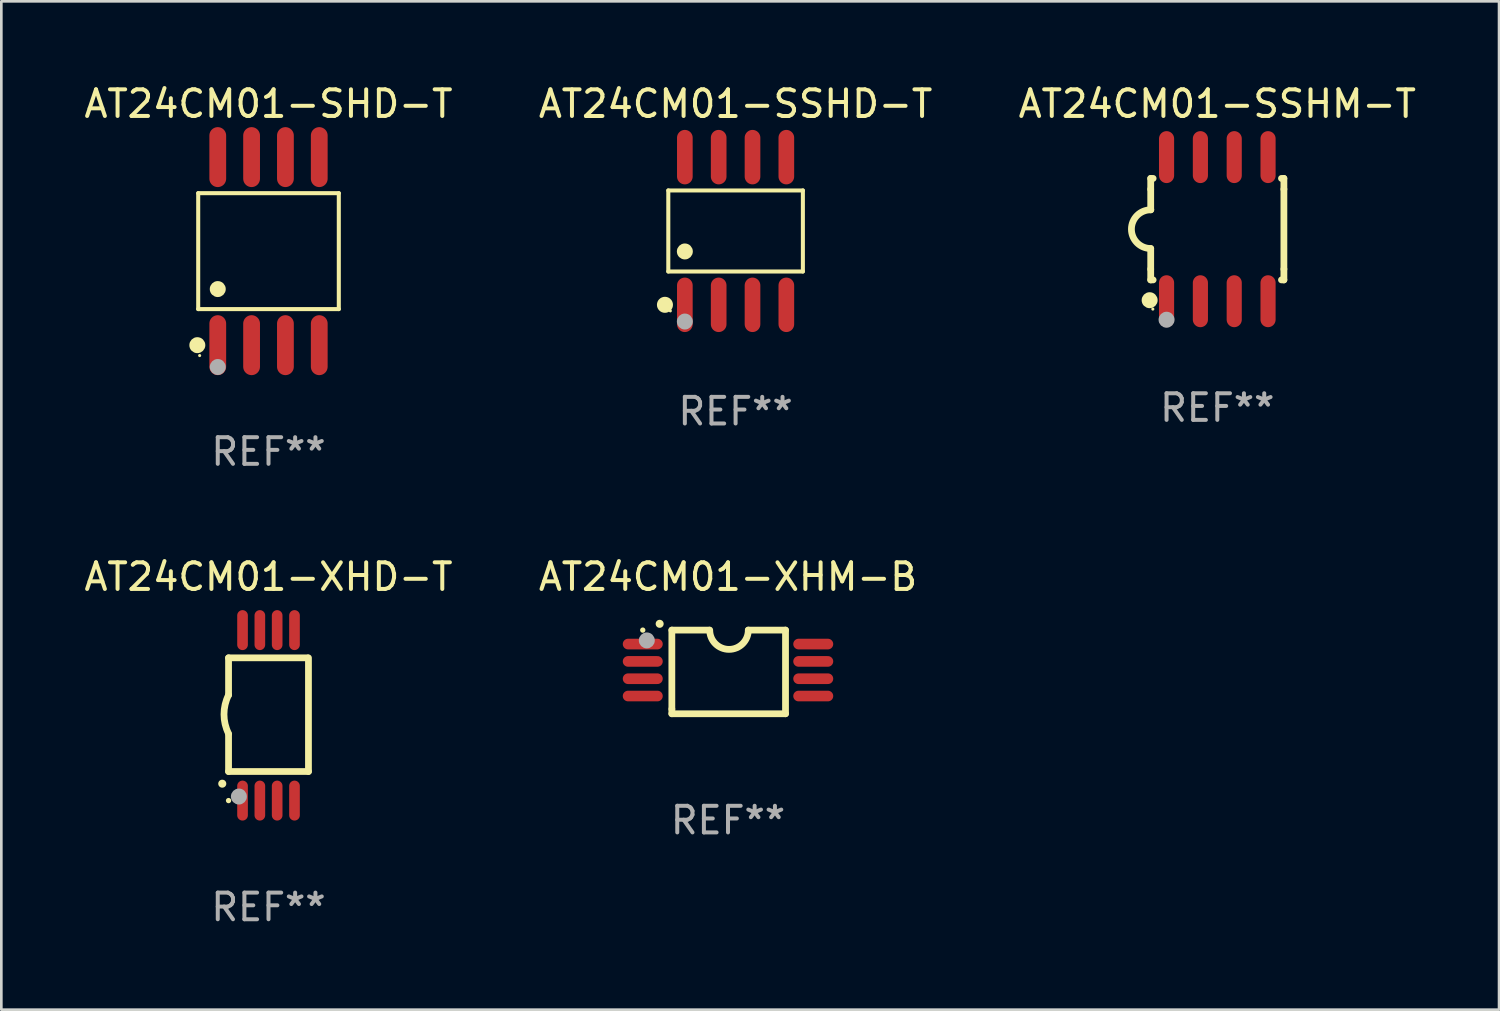
<source format=kicad_pcb>
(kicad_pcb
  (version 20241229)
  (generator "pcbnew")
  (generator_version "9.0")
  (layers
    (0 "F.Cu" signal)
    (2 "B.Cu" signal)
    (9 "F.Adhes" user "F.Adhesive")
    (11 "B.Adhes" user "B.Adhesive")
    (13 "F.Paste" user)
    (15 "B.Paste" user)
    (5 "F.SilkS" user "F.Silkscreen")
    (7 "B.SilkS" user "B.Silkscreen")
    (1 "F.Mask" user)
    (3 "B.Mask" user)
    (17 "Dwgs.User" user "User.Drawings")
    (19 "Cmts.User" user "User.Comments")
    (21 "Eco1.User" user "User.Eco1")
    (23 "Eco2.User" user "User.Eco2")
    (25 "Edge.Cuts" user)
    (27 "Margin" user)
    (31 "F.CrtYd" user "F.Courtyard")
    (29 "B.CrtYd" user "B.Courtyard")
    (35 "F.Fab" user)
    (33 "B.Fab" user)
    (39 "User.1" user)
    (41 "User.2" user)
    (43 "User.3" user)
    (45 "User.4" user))
  (footprint "AT24CM01-XHM-B"
    (layer "F.Cu")
    (at 24.28 22.175)
    (property "Reference" "AT24CM01-XHM-B" (at 0 -3.57 0) (layer "F.SilkS") (effects (font (size 1 1) (thickness 0.15))))
    (attr through_hole)
    (fp_line (start -2.108 -1.57) (end -0.711 -1.57) (stroke (width 0.254) (type solid)) (layer "F.SilkS"))
    (fp_line (start -2.108 -1.57) (end -2.108 1.393) (stroke (width 0.254) (type solid)) (layer "F.SilkS"))
    (fp_line (start -2.108 1.393) (end -2.108 1.57) (stroke (width 0.254) (type solid)) (layer "F.SilkS"))
    (fp_line (start -2.108 1.57) (end 2.159 1.57) (stroke (width 0.254) (type solid)) (layer "F.SilkS"))
    (fp_line (start 0.762 -1.57) (end 2.159 -1.57) (stroke (width 0.254) (type solid)) (layer "F.SilkS"))
    (fp_line (start 2.159 1.57) (end 2.159 -1.57) (stroke (width 0.254) (type solid)) (layer "F.SilkS"))
    (fp_arc (start -2.565405 -1.805169) (mid -2.56541 -1.806439) (end -2.565405 -1.807709) (stroke (width 0.3) (type solid)) (layer "F.SilkS"))
    (fp_arc (start 0.762002 -1.570498) (mid 0.0381 -0.846596) (end -0.685802 -1.570498) (stroke (width 0.254001) (type solid)) (layer "F.SilkS"))
    (fp_circle (center -3.2 -1.57) (end -3.15 -1.57) (stroke (width 0.1) (type solid)) (fill no) (layer "F.SilkS"))
    (fp_circle (center -3.048 -1.183) (end -2.898 -1.183) (stroke (width 0.3) (type solid)) (fill no) (layer "F.Fab"))
    (fp_text user "REF**" (at 0 5.57 0) (layer "F.Fab") (effects (font (size 1 1) (thickness 0.15))))
    (pad "1" smd oval (at -3.2 -1.046 90) (size 0.4 1.5) (layers "F.Cu" "F.Mask" "F.Paste"))
    (pad "2" smd oval (at -3.2 -0.395 90) (size 0.4 1.5) (layers "F.Cu" "F.Mask" "F.Paste"))
    (pad "3" smd oval (at -3.2 0.255 90) (size 0.4 1.5) (layers "F.Cu" "F.Mask" "F.Paste"))
    (pad "4" smd oval (at -3.2 0.905 90) (size 0.4 1.5) (layers "F.Cu" "F.Mask" "F.Paste"))
    (pad "5" smd oval (at 3.2 0.905 90) (size 0.4 1.5) (layers "F.Cu" "F.Mask" "F.Paste"))
    (pad "6" smd oval (at 3.2 0.255 90) (size 0.4 1.5) (layers "F.Cu" "F.Mask" "F.Paste"))
    (pad "7" smd oval (at 3.2 -0.395 90) (size 0.4 1.5) (layers "F.Cu" "F.Mask" "F.Paste"))
    (pad "8" smd oval (at 3.2 -1.046 90) (size 0.4 1.5) (layers "F.Cu" "F.Mask" "F.Paste")))
  (footprint "AT24CM01-SSHM-T"
    (layer "F.Cu")
    (at 42.649 5.553)
    (property "Reference" "AT24CM01-SSHM-T" (at 0 -4.705 0) (layer "F.SilkS") (effects (font (size 1 1) (thickness 0.15))))
    (attr through_hole)
    (fp_line (start -2.5 -1.905) (end -2.409 -1.905) (stroke (width 0.254) (type solid)) (layer "F.SilkS"))
    (fp_line (start -2.5 -1.5) (end -2.5 -1.905) (stroke (width 0.254) (type solid)) (layer "F.SilkS"))
    (fp_line (start -2.5 -1.5) (end -2.5 -0.726) (stroke (width 0.254) (type solid)) (layer "F.SilkS"))
    (fp_line (start -2.5 1.5) (end -2.5 0.727) (stroke (width 0.254) (type solid)) (layer "F.SilkS"))
    (fp_line (start -2.5 1.5) (end -2.5 1.905) (stroke (width 0.254) (type solid)) (layer "F.SilkS"))
    (fp_line (start -2.5 1.905) (end -2.409 1.905) (stroke (width 0.254) (type solid)) (layer "F.SilkS"))
    (fp_line (start 2.5 -1.905) (end 2.409 -1.905) (stroke (width 0.254) (type solid)) (layer "F.SilkS"))
    (fp_line (start 2.5 -1.5) (end 2.5 -1.905) (stroke (width 0.254) (type solid)) (layer "F.SilkS"))
    (fp_line (start 2.5 -1.5) (end 2.5 1.5) (stroke (width 0.254) (type solid)) (layer "F.SilkS"))
    (fp_line (start 2.5 1.5) (end 2.5 1.905) (stroke (width 0.254) (type solid)) (layer "F.SilkS"))
    (fp_line (start 2.5 1.905) (end 2.409 1.905) (stroke (width 0.254) (type solid)) (layer "F.SilkS"))
    (fp_arc (start -2.5 0.726568) (mid -3.220316 -0.0023) (end -2.495097 -0.726289) (stroke (width 0.254001) (type solid)) (layer "F.SilkS"))
    (fp_circle (center -2.54 2.667) (end -2.39 2.667) (stroke (width 0.3) (type solid)) (fill no) (layer "F.SilkS"))
    (fp_circle (center -2.42 3) (end -2.39 3) (stroke (width 0.06) (type solid)) (fill no) (layer "F.SilkS"))
    (fp_circle (center -1.905 3.4) (end -1.755 3.4) (stroke (width 0.3) (type solid)) (fill no) (layer "F.Fab"))
    (fp_text user "REF**" (at 0 6.705 0) (layer "F.Fab") (effects (font (size 1 1) (thickness 0.15))))
    (pad "1" smd oval (at -1.905 2.705) (size 0.568 1.95) (layers "F.Cu" "F.Mask" "F.Paste"))
    (pad "2" smd oval (at -0.635 2.705) (size 0.568 1.95) (layers "F.Cu" "F.Mask" "F.Paste"))
    (pad "3" smd oval (at 0.635 2.705) (size 0.568 1.95) (layers "F.Cu" "F.Mask" "F.Paste"))
    (pad "4" smd oval (at 1.905 2.705) (size 0.568 1.95) (layers "F.Cu" "F.Mask" "F.Paste"))
    (pad "5" smd oval (at 1.905 -2.705) (size 0.568 1.95) (layers "F.Cu" "F.Mask" "F.Paste"))
    (pad "6" smd oval (at 0.635 -2.705) (size 0.568 1.95) (layers "F.Cu" "F.Mask" "F.Paste"))
    (pad "7" smd oval (at -0.635 -2.705) (size 0.568 1.95) (layers "F.Cu" "F.Mask" "F.Paste"))
    (pad "8" smd oval (at -1.905 -2.705) (size 0.568 1.95) (layers "F.Cu" "F.Mask" "F.Paste")))
  (footprint "AT24CM01-SSHD-T"
    (layer "F.Cu")
    (at 24.565 5.621)
    (property "Reference" "AT24CM01-SSHD-T" (at 0 -4.772 0) (layer "F.SilkS") (effects (font (size 1 1) (thickness 0.15))))
    (attr through_hole)
    (fp_line (start -2.526 -1.521) (end 2.526 -1.521) (stroke (width 0.152) (type solid)) (layer "F.SilkS"))
    (fp_line (start -2.526 1.521) (end -2.526 -1.521) (stroke (width 0.152) (type solid)) (layer "F.SilkS"))
    (fp_line (start 2.526 -1.521) (end 2.526 1.521) (stroke (width 0.152) (type solid)) (layer "F.SilkS"))
    (fp_line (start 2.526 1.521) (end -2.526 1.521) (stroke (width 0.152) (type solid)) (layer "F.SilkS"))
    (fp_circle (center -2.652 2.772) (end -2.501 2.772) (stroke (width 0.3) (type solid)) (fill no) (layer "F.SilkS"))
    (fp_circle (center -2.45 3) (end -2.42 3) (stroke (width 0.06) (type solid)) (fill no) (layer "F.SilkS"))
    (fp_circle (center -1.905 0.769) (end -1.755 0.769) (stroke (width 0.3) (type solid)) (fill no) (layer "F.SilkS"))
    (fp_circle (center -1.905 3.4) (end -1.755 3.4) (stroke (width 0.3) (type solid)) (fill no) (layer "F.Fab"))
    (fp_text user "REF**" (at 0 6.772 0) (layer "F.Fab") (effects (font (size 1 1) (thickness 0.15))))
    (pad "1" smd oval (at -1.905 2.772) (size 0.588 2.045) (layers "F.Cu" "F.Mask" "F.Paste"))
    (pad "2" smd oval (at -0.635 2.772) (size 0.588 2.045) (layers "F.Cu" "F.Mask" "F.Paste"))
    (pad "3" smd oval (at 0.635 2.772) (size 0.588 2.045) (layers "F.Cu" "F.Mask" "F.Paste"))
    (pad "4" smd oval (at 1.905 2.772) (size 0.588 2.045) (layers "F.Cu" "F.Mask" "F.Paste"))
    (pad "5" smd oval (at 1.905 -2.772) (size 0.588 2.045) (layers "F.Cu" "F.Mask" "F.Paste"))
    (pad "6" smd oval (at 0.635 -2.772) (size 0.588 2.045) (layers "F.Cu" "F.Mask" "F.Paste"))
    (pad "7" smd oval (at -0.635 -2.772) (size 0.588 2.045) (layers "F.Cu" "F.Mask" "F.Paste"))
    (pad "8" smd oval (at -1.905 -2.772) (size 0.588 2.045) (layers "F.Cu" "F.Mask" "F.Paste")))
  (footprint "AT24CM01-SHD-T"
    (layer "F.Cu")
    (at 7.03 6.378)
    (property "Reference" "AT24CM01-SHD-T" (at 0 -5.53 0) (layer "F.SilkS") (effects (font (size 1 1) (thickness 0.15))))
    (attr through_hole)
    (fp_line (start -2.639 -2.176) (end 2.639 -2.176) (stroke (width 0.152) (type solid)) (layer "F.SilkS"))
    (fp_line (start -2.639 2.176) (end -2.639 -2.176) (stroke (width 0.152) (type solid)) (layer "F.SilkS"))
    (fp_line (start 2.639 -2.176) (end 2.639 2.176) (stroke (width 0.152) (type solid)) (layer "F.SilkS"))
    (fp_line (start 2.639 2.176) (end -2.639 2.176) (stroke (width 0.152) (type solid)) (layer "F.SilkS"))
    (fp_circle (center -2.672 3.53) (end -2.522 3.53) (stroke (width 0.3) (type solid)) (fill no) (layer "F.SilkS"))
    (fp_circle (center -2.585 3.92) (end -2.555 3.92) (stroke (width 0.06) (type solid)) (fill no) (layer "F.SilkS"))
    (fp_circle (center -1.905 1.424) (end -1.755 1.424) (stroke (width 0.3) (type solid)) (fill no) (layer "F.SilkS"))
    (fp_circle (center -1.905 4.35) (end -1.755 4.35) (stroke (width 0.3) (type solid)) (fill no) (layer "F.Fab"))
    (fp_text user "REF**" (at 0 7.53 0) (layer "F.Fab") (effects (font (size 1 1) (thickness 0.15))))
    (pad "1" smd oval (at -1.905 3.53) (size 0.63 2.25) (layers "F.Cu" "F.Mask" "F.Paste"))
    (pad "2" smd oval (at -0.635 3.53) (size 0.63 2.25) (layers "F.Cu" "F.Mask" "F.Paste"))
    (pad "3" smd oval (at 0.635 3.53) (size 0.63 2.25) (layers "F.Cu" "F.Mask" "F.Paste"))
    (pad "4" smd oval (at 1.905 3.53) (size 0.63 2.25) (layers "F.Cu" "F.Mask" "F.Paste"))
    (pad "5" smd oval (at 1.905 -3.53) (size 0.63 2.25) (layers "F.Cu" "F.Mask" "F.Paste"))
    (pad "6" smd oval (at 0.635 -3.53) (size 0.63 2.25) (layers "F.Cu" "F.Mask" "F.Paste"))
    (pad "7" smd oval (at -0.635 -3.53) (size 0.63 2.25) (layers "F.Cu" "F.Mask" "F.Paste"))
    (pad "8" smd oval (at -1.905 -3.53) (size 0.63 2.25) (layers "F.Cu" "F.Mask" "F.Paste")))
  (footprint "AT24CM01-XHD-T"
    (layer "F.Cu")
    (at 7.03 23.805)
    (property "Reference" "AT24CM01-XHD-T" (at 0 -5.2 0) (layer "F.SilkS") (effects (font (size 1 1) (thickness 0.15))))
    (attr through_hole)
    (fp_line (start -1.5 -0.762) (end -1.5 -2.159) (stroke (width 0.254) (type solid)) (layer "F.SilkS"))
    (fp_line (start -1.5 2.108) (end -1.5 0.711) (stroke (width 0.254) (type solid)) (layer "F.SilkS"))
    (fp_line (start -1.5 2.108) (end 1.5 2.108) (stroke (width 0.254) (type solid)) (layer "F.SilkS"))
    (fp_line (start 1.463 -2.159) (end -1.5 -2.159) (stroke (width 0.254) (type solid)) (layer "F.SilkS"))
    (fp_line (start 1.5 2.108) (end 1.5 -2.159) (stroke (width 0.254) (type solid)) (layer "F.SilkS"))
    (fp_arc (start -1.737287 2.565405) (mid -1.736017 2.5654) (end -1.734747 2.565405) (stroke (width 0.3) (type solid)) (layer "F.SilkS"))
    (fp_arc (start -1.500076 0.685801) (mid -1.670966 -0.0381) (end -1.500076 -0.762002) (stroke (width 0.254001) (type solid)) (layer "F.SilkS"))
    (fp_circle (center -1.5 3.2) (end -1.45 3.2) (stroke (width 0.1) (type solid)) (fill no) (layer "F.SilkS"))
    (fp_circle (center -1.112 3.048) (end -0.962 3.048) (stroke (width 0.3) (type solid)) (fill no) (layer "F.Fab"))
    (fp_text user "REF**" (at 0 7.2 0) (layer "F.Fab") (effects (font (size 1 1) (thickness 0.15))))
    (pad "1" smd oval (at -0.975 3.2 180) (size 0.4 1.5) (layers "F.Cu" "F.Mask" "F.Paste"))
    (pad "2" smd oval (at -0.325 3.2 180) (size 0.4 1.5) (layers "F.Cu" "F.Mask" "F.Paste"))
    (pad "3" smd oval (at 0.325 3.2 180) (size 0.4 1.5) (layers "F.Cu" "F.Mask" "F.Paste"))
    (pad "4" smd oval (at 0.976 3.2 180) (size 0.4 1.5) (layers "F.Cu" "F.Mask" "F.Paste"))
    (pad "5" smd oval (at 0.976 -3.2 180) (size 0.4 1.5) (layers "F.Cu" "F.Mask" "F.Paste"))
    (pad "6" smd oval (at 0.325 -3.2 180) (size 0.4 1.5) (layers "F.Cu" "F.Mask" "F.Paste"))
    (pad "7" smd oval (at -0.325 -3.2 180) (size 0.4 1.5) (layers "F.Cu" "F.Mask" "F.Paste"))
    (pad "8" smd oval (at -0.975 -3.2 180) (size 0.4 1.5) (layers "F.Cu" "F.Mask" "F.Paste")))
  (gr_rect
    (start -3 -3)
    (end 53.226 34.854)
    (stroke (width 0.1) (type default))
    (fill no)
    (layer "Edge.Cuts")))
</source>
